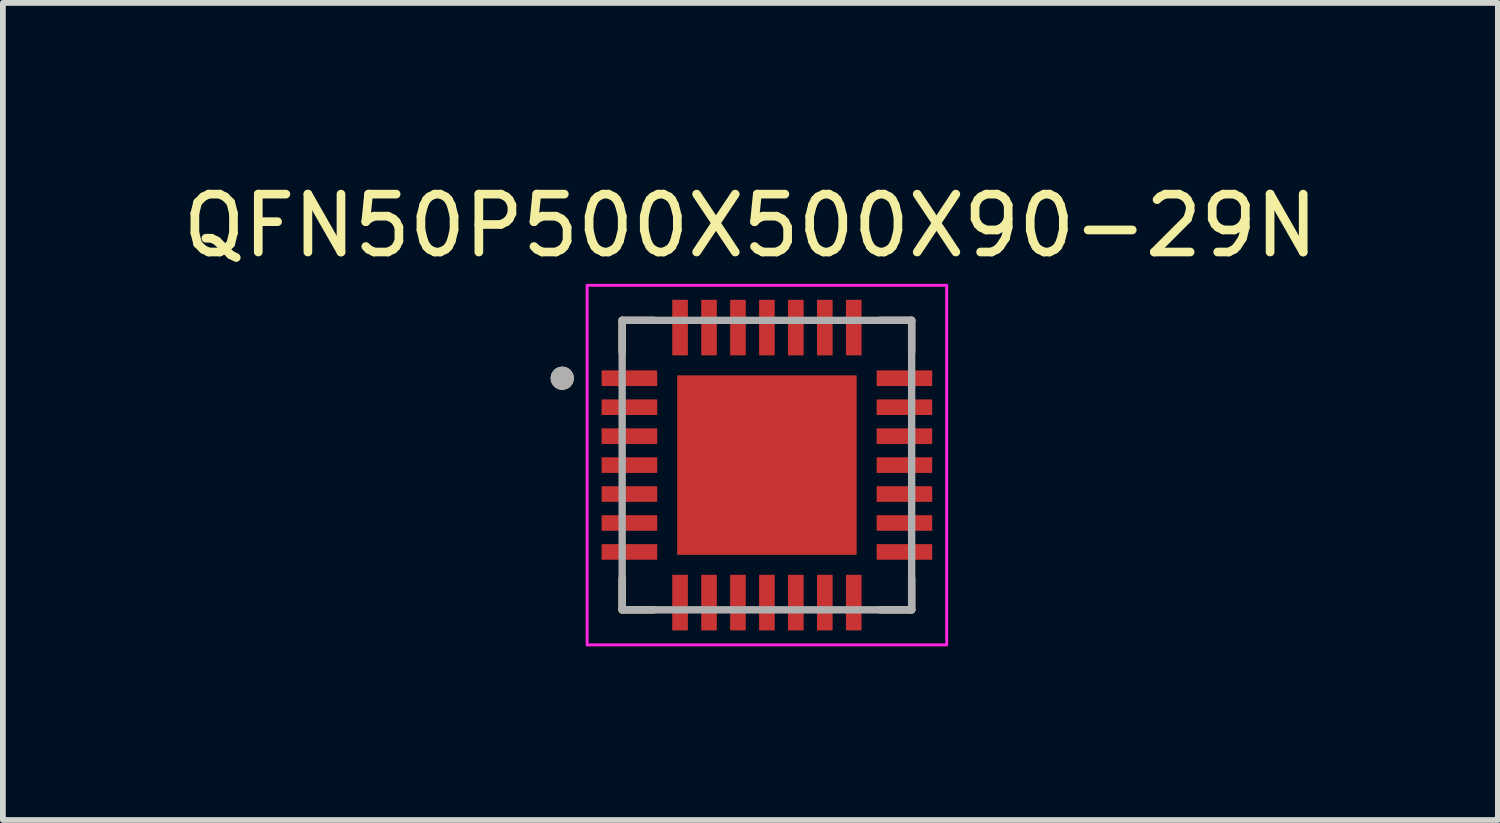
<source format=kicad_pcb>
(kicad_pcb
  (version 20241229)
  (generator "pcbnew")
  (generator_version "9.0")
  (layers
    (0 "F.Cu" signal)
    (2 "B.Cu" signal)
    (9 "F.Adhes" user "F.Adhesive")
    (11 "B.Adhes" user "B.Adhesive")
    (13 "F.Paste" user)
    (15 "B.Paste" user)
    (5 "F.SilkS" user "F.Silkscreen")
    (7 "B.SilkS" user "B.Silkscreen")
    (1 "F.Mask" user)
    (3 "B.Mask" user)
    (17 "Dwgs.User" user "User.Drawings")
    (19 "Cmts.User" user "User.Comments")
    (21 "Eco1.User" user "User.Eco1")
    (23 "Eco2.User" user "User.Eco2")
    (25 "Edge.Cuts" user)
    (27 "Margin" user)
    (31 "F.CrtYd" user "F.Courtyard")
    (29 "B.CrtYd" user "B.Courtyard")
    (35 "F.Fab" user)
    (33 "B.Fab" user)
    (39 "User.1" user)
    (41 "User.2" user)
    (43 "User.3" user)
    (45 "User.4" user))
  (footprint "QFN50P500X500X90-29N"
    (layer "F.Cu")
    (at 10.196 4.983)
    (property "Reference" "QFN50P500X500X90-29N" (at -0.285 -4.135 0) (layer "F.SilkS") (effects (font (size 1 1) (thickness 0.15))))
    (attr through_hole)
    (fp_line (start -2.5 -2.5) (end -2.5 -1.955) (stroke (width 0.127) (type solid)) (layer "F.SilkS"))
    (fp_line (start -2.5 -2.5) (end -1.955 -2.5) (stroke (width 0.127) (type solid)) (layer "F.SilkS"))
    (fp_line (start -2.5 2.5) (end -2.5 1.955) (stroke (width 0.127) (type solid)) (layer "F.SilkS"))
    (fp_line (start -2.5 2.5) (end -1.955 2.5) (stroke (width 0.127) (type solid)) (layer "F.SilkS"))
    (fp_line (start 2.5 -2.5) (end 1.955 -2.5) (stroke (width 0.127) (type solid)) (layer "F.SilkS"))
    (fp_line (start 2.5 -2.5) (end 2.5 -1.955) (stroke (width 0.127) (type solid)) (layer "F.SilkS"))
    (fp_line (start 2.5 2.5) (end 1.955 2.5) (stroke (width 0.127) (type solid)) (layer "F.SilkS"))
    (fp_line (start 2.5 2.5) (end 2.5 1.955) (stroke (width 0.127) (type solid)) (layer "F.SilkS"))
    (fp_circle (center -3.535 -1.5) (end -3.435 -1.5) (stroke (width 0.2) (type solid)) (fill no) (layer "F.SilkS"))
    (fp_poly (pts (xy -0.98 -0.98) (xy 0.98 -0.98) (xy 0.98 0.98) (xy -0.98 0.98)) (stroke (width 0.01) (type solid)) (fill yes) (layer "F.Paste"))
    (fp_line (start -3.105 -3.105) (end 3.105 -3.105) (stroke (width 0.05) (type solid)) (layer "F.CrtYd"))
    (fp_line (start -3.105 3.105) (end -3.105 -3.105) (stroke (width 0.05) (type solid)) (layer "F.CrtYd"))
    (fp_line (start -3.105 3.105) (end 3.105 3.105) (stroke (width 0.05) (type solid)) (layer "F.CrtYd"))
    (fp_line (start 3.105 3.105) (end 3.105 -3.105) (stroke (width 0.05) (type solid)) (layer "F.CrtYd"))
    (fp_line (start -2.5 2.5) (end -2.5 -2.5) (stroke (width 0.127) (type solid)) (layer "F.Fab"))
    (fp_line (start 2.5 -2.5) (end -2.5 -2.5) (stroke (width 0.127) (type solid)) (layer "F.Fab"))
    (fp_line (start 2.5 2.5) (end -2.5 2.5) (stroke (width 0.127) (type solid)) (layer "F.Fab"))
    (fp_line (start 2.5 2.5) (end 2.5 -2.5) (stroke (width 0.127) (type solid)) (layer "F.Fab"))
    (fp_circle (center -3.535 -1.5) (end -3.435 -1.5) (stroke (width 0.2) (type solid)) (fill no) (layer "F.Fab"))
    (pad "1" smd roundrect (at -2.375 -1.5) (size 0.96 0.27) (layers "F.Cu" "F.Mask" "F.Paste") (roundrect_rratio 0.03))
    (pad "2" smd roundrect (at -2.375 -1) (size 0.96 0.27) (layers "F.Cu" "F.Mask" "F.Paste") (roundrect_rratio 0.03))
    (pad "3" smd roundrect (at -2.375 -0.5) (size 0.96 0.27) (layers "F.Cu" "F.Mask" "F.Paste") (roundrect_rratio 0.03))
    (pad "4" smd roundrect (at -2.375 0) (size 0.96 0.27) (layers "F.Cu" "F.Mask" "F.Paste") (roundrect_rratio 0.03))
    (pad "5" smd roundrect (at -2.375 0.5) (size 0.96 0.27) (layers "F.Cu" "F.Mask" "F.Paste") (roundrect_rratio 0.03))
    (pad "6" smd roundrect (at -2.375 1) (size 0.96 0.27) (layers "F.Cu" "F.Mask" "F.Paste") (roundrect_rratio 0.03))
    (pad "7" smd roundrect (at -2.375 1.5) (size 0.96 0.27) (layers "F.Cu" "F.Mask" "F.Paste") (roundrect_rratio 0.03))
    (pad "8" smd roundrect (at -1.5 2.375 90) (size 0.96 0.27) (layers "F.Cu" "F.Mask" "F.Paste") (roundrect_rratio 0.03))
    (pad "9" smd roundrect (at -1 2.375 90) (size 0.96 0.27) (layers "F.Cu" "F.Mask" "F.Paste") (roundrect_rratio 0.03))
    (pad "10" smd roundrect (at -0.5 2.375 90) (size 0.96 0.27) (layers "F.Cu" "F.Mask" "F.Paste") (roundrect_rratio 0.03))
    (pad "11" smd roundrect (at 0 2.375 90) (size 0.96 0.27) (layers "F.Cu" "F.Mask" "F.Paste") (roundrect_rratio 0.03))
    (pad "12" smd roundrect (at 0.5 2.375 90) (size 0.96 0.27) (layers "F.Cu" "F.Mask" "F.Paste") (roundrect_rratio 0.03))
    (pad "13" smd roundrect (at 1 2.375 90) (size 0.96 0.27) (layers "F.Cu" "F.Mask" "F.Paste") (roundrect_rratio 0.03))
    (pad "14" smd roundrect (at 1.5 2.375 90) (size 0.96 0.27) (layers "F.Cu" "F.Mask" "F.Paste") (roundrect_rratio 0.03))
    (pad "15" smd roundrect (at 2.375 1.5) (size 0.96 0.27) (layers "F.Cu" "F.Mask" "F.Paste") (roundrect_rratio 0.03))
    (pad "16" smd roundrect (at 2.375 1) (size 0.96 0.27) (layers "F.Cu" "F.Mask" "F.Paste") (roundrect_rratio 0.03))
    (pad "17" smd roundrect (at 2.375 0.5) (size 0.96 0.27) (layers "F.Cu" "F.Mask" "F.Paste") (roundrect_rratio 0.03))
    (pad "18" smd roundrect (at 2.375 0) (size 0.96 0.27) (layers "F.Cu" "F.Mask" "F.Paste") (roundrect_rratio 0.03))
    (pad "19" smd roundrect (at 2.375 -0.5) (size 0.96 0.27) (layers "F.Cu" "F.Mask" "F.Paste") (roundrect_rratio 0.03))
    (pad "20" smd roundrect (at 2.375 -1) (size 0.96 0.27) (layers "F.Cu" "F.Mask" "F.Paste") (roundrect_rratio 0.03))
    (pad "21" smd roundrect (at 2.375 -1.5) (size 0.96 0.27) (layers "F.Cu" "F.Mask" "F.Paste") (roundrect_rratio 0.03))
    (pad "22" smd roundrect (at 1.5 -2.375 90) (size 0.96 0.27) (layers "F.Cu" "F.Mask" "F.Paste") (roundrect_rratio 0.03))
    (pad "23" smd roundrect (at 1 -2.375 90) (size 0.96 0.27) (layers "F.Cu" "F.Mask" "F.Paste") (roundrect_rratio 0.03))
    (pad "24" smd roundrect (at 0.5 -2.375 90) (size 0.96 0.27) (layers "F.Cu" "F.Mask" "F.Paste") (roundrect_rratio 0.03))
    (pad "25" smd roundrect (at 0 -2.375 90) (size 0.96 0.27) (layers "F.Cu" "F.Mask" "F.Paste") (roundrect_rratio 0.03))
    (pad "26" smd roundrect (at -0.5 -2.375 90) (size 0.96 0.27) (layers "F.Cu" "F.Mask" "F.Paste") (roundrect_rratio 0.03))
    (pad "27" smd roundrect (at -1 -2.375 90) (size 0.96 0.27) (layers "F.Cu" "F.Mask" "F.Paste") (roundrect_rratio 0.03))
    (pad "28" smd roundrect (at -1.5 -2.375 90) (size 0.96 0.27) (layers "F.Cu" "F.Mask" "F.Paste") (roundrect_rratio 0.03))
    (pad "29" smd rect (at 0 0) (size 3.1 3.1) (layers "F.Cu" "F.Mask")))
  (gr_rect
    (start -3 -3)
    (end 22.821 11.113)
    (stroke (width 0.1) (type default))
    (fill no)
    (layer "Edge.Cuts")))
</source>
